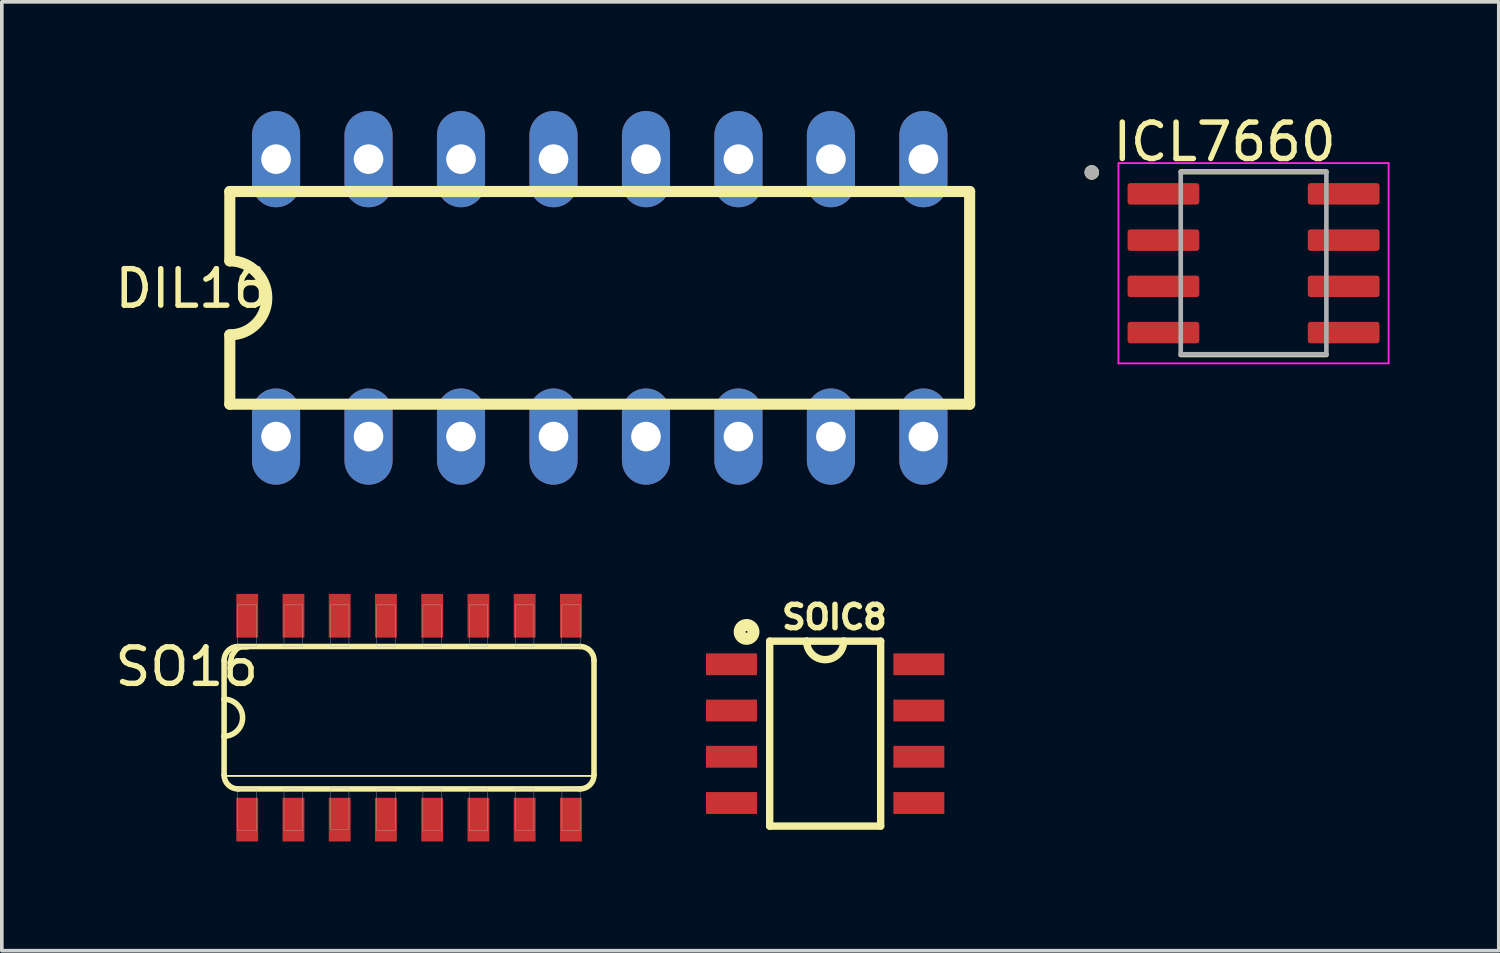
<source format=kicad_pcb>
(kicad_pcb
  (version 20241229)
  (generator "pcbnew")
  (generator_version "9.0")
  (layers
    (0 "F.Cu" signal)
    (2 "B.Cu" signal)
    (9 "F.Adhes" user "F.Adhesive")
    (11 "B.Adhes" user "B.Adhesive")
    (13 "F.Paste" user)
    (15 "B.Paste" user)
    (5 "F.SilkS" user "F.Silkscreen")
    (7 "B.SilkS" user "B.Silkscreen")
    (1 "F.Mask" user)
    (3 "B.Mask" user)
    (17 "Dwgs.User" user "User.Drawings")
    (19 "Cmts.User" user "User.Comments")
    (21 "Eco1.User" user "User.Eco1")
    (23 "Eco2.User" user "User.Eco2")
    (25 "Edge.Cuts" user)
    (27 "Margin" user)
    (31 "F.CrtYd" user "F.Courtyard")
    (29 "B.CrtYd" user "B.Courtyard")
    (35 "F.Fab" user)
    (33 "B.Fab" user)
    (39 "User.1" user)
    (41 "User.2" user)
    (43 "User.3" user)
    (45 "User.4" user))
  (footprint "SO16"
    (layer "F.Cu")
    (at 8.185 16.662)
    (property "Reference" "SO16" (at -6.105 -1.399 180) (layer "F.SilkS") (effects (font (size 1.001 1.001) (thickness 0.15))))
    (attr smd)
    (fp_line (start -5.08 -1.575) (end -5.08 -0.508) (stroke (width 0.152) (type solid)) (layer "F.SilkS"))
    (fp_line (start -5.08 -0.508) (end -5.08 0.508) (stroke (width 0.152) (type solid)) (layer "F.SilkS"))
    (fp_line (start -5.08 0.508) (end -5.08 1.575) (stroke (width 0.152) (type solid)) (layer "F.SilkS"))
    (fp_line (start -5.08 1.6) (end 5.08 1.6) (stroke (width 0.051) (type solid)) (layer "F.SilkS"))
    (fp_line (start -4.699 1.956) (end 4.699 1.956) (stroke (width 0.152) (type solid)) (layer "F.SilkS"))
    (fp_line (start 4.699 -1.956) (end -4.699 -1.956) (stroke (width 0.152) (type solid)) (layer "F.SilkS"))
    (fp_line (start 5.08 1.575) (end 5.08 -1.575) (stroke (width 0.152) (type solid)) (layer "F.SilkS"))
    (fp_arc (start -5.08 -1.5748) (mid -4.968408 -1.844208) (end -4.699 -1.9558) (stroke (width 0.1524) (type solid)) (layer "F.SilkS"))
    (fp_arc (start -5.08 -0.508) (mid -4.572 0) (end -5.08 0.508) (stroke (width 0.1524) (type solid)) (layer "F.SilkS"))
    (fp_arc (start -4.699 1.9558) (mid -4.968408 1.844208) (end -5.08 1.5748) (stroke (width 0.1524) (type solid)) (layer "F.SilkS"))
    (fp_arc (start 4.699 -1.9558) (mid 4.968408 -1.844208) (end 5.08 -1.5748) (stroke (width 0.1524) (type solid)) (layer "F.SilkS"))
    (fp_arc (start 5.08 1.5748) (mid 4.968408 1.844208) (end 4.699 1.9558) (stroke (width 0.1524) (type solid)) (layer "F.SilkS"))
    (fp_poly (pts (xy -4.707 1.956) (xy -4.191 1.956) (xy -4.191 3.104) (xy -4.707 3.104)) (stroke (width 0.01) (type solid)) (fill no) (layer "F.Fab"))
    (fp_poly (pts (xy -4.704 -3.099) (xy -4.191 -3.099) (xy -4.191 -1.958) (xy -4.704 -1.958)) (stroke (width 0.01) (type solid)) (fill no) (layer "F.Fab"))
    (fp_poly (pts (xy -3.434 -3.099) (xy -2.921 -3.099) (xy -2.921 -1.959) (xy -3.434 -1.959)) (stroke (width 0.01) (type solid)) (fill no) (layer "F.Fab"))
    (fp_poly (pts (xy -3.434 1.956) (xy -2.921 1.956) (xy -2.921 3.103) (xy -3.434 3.103)) (stroke (width 0.01) (type solid)) (fill no) (layer "F.Fab"))
    (fp_poly (pts (xy -2.16 1.93) (xy -1.651 1.93) (xy -1.651 3.075) (xy -2.16 3.075)) (stroke (width 0.01) (type solid)) (fill no) (layer "F.Fab"))
    (fp_poly (pts (xy -2.159 -3.099) (xy -1.651 -3.099) (xy -1.651 -1.956) (xy -2.159 -1.956)) (stroke (width 0.01) (type solid)) (fill no) (layer "F.Fab"))
    (fp_poly (pts (xy -0.89 -3.099) (xy -0.381 -3.099) (xy -0.381 -1.958) (xy -0.89 -1.958)) (stroke (width 0.01) (type solid)) (fill no) (layer "F.Fab"))
    (fp_poly (pts (xy -0.89 1.956) (xy -0.381 1.956) (xy -0.381 3.101) (xy -0.89 3.101)) (stroke (width 0.01) (type solid)) (fill no) (layer "F.Fab"))
    (fp_poly (pts (xy 0.381 -3.099) (xy 0.889 -3.099) (xy 0.889 -1.957) (xy 0.381 -1.957)) (stroke (width 0.01) (type solid)) (fill no) (layer "F.Fab"))
    (fp_poly (pts (xy 0.381 1.956) (xy 0.889 1.956) (xy 0.889 3.102) (xy 0.381 3.102)) (stroke (width 0.01) (type solid)) (fill no) (layer "F.Fab"))
    (fp_poly (pts (xy 1.651 -3.099) (xy 2.159 -3.099) (xy 2.159 -1.956) (xy 1.651 -1.956)) (stroke (width 0.01) (type solid)) (fill no) (layer "F.Fab"))
    (fp_poly (pts (xy 1.653 1.956) (xy 2.159 1.956) (xy 2.159 3.103) (xy 1.653 3.103)) (stroke (width 0.01) (type solid)) (fill no) (layer "F.Fab"))
    (fp_poly (pts (xy 2.922 -3.099) (xy 3.429 -3.099) (xy 3.429 -1.957) (xy 2.922 -1.957)) (stroke (width 0.01) (type solid)) (fill no) (layer "F.Fab"))
    (fp_poly (pts (xy 2.924 1.956) (xy 3.429 1.956) (xy 3.429 3.102) (xy 2.924 3.102)) (stroke (width 0.01) (type solid)) (fill no) (layer "F.Fab"))
    (fp_poly (pts (xy 4.193 -3.099) (xy 4.699 -3.099) (xy 4.699 -1.957) (xy 4.193 -1.957)) (stroke (width 0.01) (type solid)) (fill no) (layer "F.Fab"))
    (fp_poly (pts (xy 4.199 1.956) (xy 4.699 1.956) (xy 4.699 3.105) (xy 4.199 3.105)) (stroke (width 0.01) (type solid)) (fill no) (layer "F.Fab"))
    (pad "1" smd rect (at -4.445 2.8) (size 0.6 1.2) (layers "F.Cu" "F.Mask" "F.Paste"))
    (pad "2" smd rect (at -3.175 2.8) (size 0.6 1.2) (layers "F.Cu" "F.Mask" "F.Paste"))
    (pad "3" smd rect (at -1.905 2.8) (size 0.6 1.2) (layers "F.Cu" "F.Mask" "F.Paste"))
    (pad "4" smd rect (at -0.635 2.8) (size 0.6 1.2) (layers "F.Cu" "F.Mask" "F.Paste"))
    (pad "5" smd rect (at 0.635 2.8) (size 0.6 1.2) (layers "F.Cu" "F.Mask" "F.Paste"))
    (pad "6" smd rect (at 1.905 2.8) (size 0.6 1.2) (layers "F.Cu" "F.Mask" "F.Paste"))
    (pad "7" smd rect (at 3.175 2.8) (size 0.6 1.2) (layers "F.Cu" "F.Mask" "F.Paste"))
    (pad "8" smd rect (at 4.445 2.8) (size 0.6 1.2) (layers "F.Cu" "F.Mask" "F.Paste"))
    (pad "9" smd rect (at 4.445 -2.8) (size 0.6 1.2) (layers "F.Cu" "F.Mask" "F.Paste"))
    (pad "10" smd rect (at 3.175 -2.8) (size 0.6 1.2) (layers "F.Cu" "F.Mask" "F.Paste"))
    (pad "11" smd rect (at 1.905 -2.8) (size 0.6 1.2) (layers "F.Cu" "F.Mask" "F.Paste"))
    (pad "12" smd rect (at 0.635 -2.8) (size 0.6 1.2) (layers "F.Cu" "F.Mask" "F.Paste"))
    (pad "13" smd rect (at -0.635 -2.8) (size 0.6 1.2) (layers "F.Cu" "F.Mask" "F.Paste"))
    (pad "14" smd rect (at -1.905 -2.8) (size 0.6 1.2) (layers "F.Cu" "F.Mask" "F.Paste"))
    (pad "15" smd rect (at -3.175 -2.8) (size 0.6 1.2) (layers "F.Cu" "F.Mask" "F.Paste"))
    (pad "16" smd rect (at -4.445 -2.8) (size 0.6 1.2) (layers "F.Cu" "F.Mask" "F.Paste")))
  (footprint "DIL16"
    (layer "F.Cu")
    (at 13.422 5.131)
    (property "Reference" "DIL16" (at -11.198 -0.255 180) (layer "F.SilkS") (effects (font (size 1.002 1.002) (thickness 0.15))))
    (attr through_hole)
    (fp_line (start -10.16 -2.921) (end -10.16 -1.016) (stroke (width 0.305) (type solid)) (layer "F.SilkS"))
    (fp_line (start -10.16 2.921) (end -10.16 1.016) (stroke (width 0.305) (type solid)) (layer "F.SilkS"))
    (fp_line (start -10.16 2.921) (end 10.16 2.921) (stroke (width 0.305) (type solid)) (layer "F.SilkS"))
    (fp_line (start 10.16 -2.921) (end -10.16 -2.921) (stroke (width 0.305) (type solid)) (layer "F.SilkS"))
    (fp_line (start 10.16 -2.921) (end 10.16 2.921) (stroke (width 0.305) (type solid)) (layer "F.SilkS"))
    (fp_arc (start -10.16 -1.016) (mid -9.144 0) (end -10.16 1.016) (stroke (width 0.3048) (type solid)) (layer "F.SilkS"))
    (pad "1" thru_hole oval (at -8.89 3.81) (size 1.321 2.642) (drill 0.813) (layers "*.Cu" "*.Mask"))
    (pad "2" thru_hole oval (at -6.35 3.81) (size 1.321 2.642) (drill 0.813) (layers "*.Cu" "*.Mask"))
    (pad "3" thru_hole oval (at -3.81 3.81) (size 1.321 2.642) (drill 0.813) (layers "*.Cu" "*.Mask"))
    (pad "4" thru_hole oval (at -1.27 3.81) (size 1.321 2.642) (drill 0.813) (layers "*.Cu" "*.Mask"))
    (pad "5" thru_hole oval (at 1.27 3.81) (size 1.321 2.642) (drill 0.813) (layers "*.Cu" "*.Mask"))
    (pad "6" thru_hole oval (at 3.81 3.81) (size 1.321 2.642) (drill 0.813) (layers "*.Cu" "*.Mask"))
    (pad "7" thru_hole oval (at 6.35 3.81) (size 1.321 2.642) (drill 0.813) (layers "*.Cu" "*.Mask"))
    (pad "8" thru_hole oval (at 8.89 3.81) (size 1.321 2.642) (drill 0.813) (layers "*.Cu" "*.Mask"))
    (pad "9" thru_hole oval (at 8.89 -3.81) (size 1.321 2.642) (drill 0.813) (layers "*.Cu" "*.Mask"))
    (pad "10" thru_hole oval (at 6.35 -3.81) (size 1.321 2.642) (drill 0.813) (layers "*.Cu" "*.Mask"))
    (pad "11" thru_hole oval (at 3.81 -3.81) (size 1.321 2.642) (drill 0.813) (layers "*.Cu" "*.Mask"))
    (pad "12" thru_hole oval (at 1.27 -3.81) (size 1.321 2.642) (drill 0.813) (layers "*.Cu" "*.Mask"))
    (pad "13" thru_hole oval (at -1.27 -3.81) (size 1.321 2.642) (drill 0.813) (layers "*.Cu" "*.Mask"))
    (pad "14" thru_hole oval (at -3.81 -3.81) (size 1.321 2.642) (drill 0.813) (layers "*.Cu" "*.Mask"))
    (pad "15" thru_hole oval (at -6.35 -3.81) (size 1.321 2.642) (drill 0.813) (layers "*.Cu" "*.Mask"))
    (pad "16" thru_hole oval (at -8.89 -3.81) (size 1.321 2.642) (drill 0.813) (layers "*.Cu" "*.Mask")))
  (footprint "SOIC8"
    (layer "F.Cu")
    (at 19.614 17.1)
    (property "Reference" "SOIC8" (at 0.254 -3.2 0) (layer "F.SilkS") (effects (font (size 0.64 0.64) (thickness 0.15))))
    (attr smd)
    (fp_line (start -1.524 -2.54) (end -1.524 2.54) (stroke (width 0.203) (type solid)) (layer "F.SilkS"))
    (fp_line (start -1.524 2.54) (end 1.524 2.54) (stroke (width 0.203) (type solid)) (layer "F.SilkS"))
    (fp_line (start -0.508 -2.54) (end -1.524 -2.54) (stroke (width 0.203) (type solid)) (layer "F.SilkS"))
    (fp_line (start 0.508 -2.54) (end -0.508 -2.54) (stroke (width 0.203) (type solid)) (layer "F.SilkS"))
    (fp_line (start 1.524 -2.54) (end 0.508 -2.54) (stroke (width 0.203) (type solid)) (layer "F.SilkS"))
    (fp_line (start 1.524 2.54) (end 1.524 -2.54) (stroke (width 0.203) (type solid)) (layer "F.SilkS"))
    (fp_arc (start 0.508 -2.54) (mid 0 -2.032) (end -0.508 -2.54) (stroke (width 0.2032) (type solid)) (layer "F.SilkS"))
    (fp_circle (center -2.159 -2.794) (end -2.032 -2.794) (stroke (width 0.203) (type solid)) (fill no) (layer "F.SilkS"))
    (fp_circle (center -2.159 -2.794) (end -1.905 -2.794) (stroke (width 0.203) (type solid)) (fill no) (layer "F.SilkS"))
    (pad "1" smd rect (at -2.573 -1.905) (size 1.4 0.6) (layers "F.Cu" "F.Mask" "F.Paste"))
    (pad "2" smd rect (at -2.573 -0.635) (size 1.4 0.6) (layers "F.Cu" "F.Mask" "F.Paste"))
    (pad "3" smd rect (at -2.573 0.635) (size 1.4 0.6) (layers "F.Cu" "F.Mask" "F.Paste"))
    (pad "4" smd rect (at -2.573 1.905) (size 1.4 0.6) (layers "F.Cu" "F.Mask" "F.Paste"))
    (pad "5" smd rect (at 2.573 1.905) (size 1.4 0.6) (layers "F.Cu" "F.Mask" "F.Paste"))
    (pad "6" smd rect (at 2.573 0.635) (size 1.4 0.6) (layers "F.Cu" "F.Mask" "F.Paste"))
    (pad "7" smd rect (at 2.573 -0.635) (size 1.4 0.6) (layers "F.Cu" "F.Mask" "F.Paste"))
    (pad "8" smd rect (at 2.573 -1.905) (size 1.4 0.6) (layers "F.Cu" "F.Mask" "F.Paste")))
  (footprint "ICL7660"
    (layer "F.Cu")
    (at 31.38 4.18)
    (property "Reference" "ICL7660" (at -0.795 -3.332 0) (layer "F.SilkS") (effects (font (size 1 1) (thickness 0.15))))
    (attr smd)
    (fp_line (start -2 -2.52) (end 2 -2.52) (stroke (width 0.127) (type solid)) (layer "F.SilkS"))
    (fp_line (start -2 2.52) (end 2 2.52) (stroke (width 0.127) (type solid)) (layer "F.SilkS"))
    (fp_circle (center -4.445 -2.495) (end -4.345 -2.495) (stroke (width 0.2) (type solid)) (fill no) (layer "F.SilkS"))
    (fp_line (start -3.71 -2.75) (end -3.71 2.75) (stroke (width 0.05) (type solid)) (layer "F.CrtYd"))
    (fp_line (start -3.71 -2.75) (end 3.71 -2.75) (stroke (width 0.05) (type solid)) (layer "F.CrtYd"))
    (fp_line (start -3.71 2.75) (end 3.71 2.75) (stroke (width 0.05) (type solid)) (layer "F.CrtYd"))
    (fp_line (start 3.71 -2.75) (end 3.71 2.75) (stroke (width 0.05) (type solid)) (layer "F.CrtYd"))
    (fp_line (start -2 -2.5) (end -2 2.5) (stroke (width 0.127) (type solid)) (layer "F.Fab"))
    (fp_line (start -2 -2.5) (end 2 -2.5) (stroke (width 0.127) (type solid)) (layer "F.Fab"))
    (fp_line (start -2 2.5) (end 2 2.5) (stroke (width 0.127) (type solid)) (layer "F.Fab"))
    (fp_line (start 2 -2.5) (end 2 2.5) (stroke (width 0.127) (type solid)) (layer "F.Fab"))
    (fp_circle (center -4.445 -2.495) (end -4.345 -2.495) (stroke (width 0.2) (type solid)) (fill no) (layer "F.Fab"))
    (pad "1" smd roundrect (at -2.475 -1.905) (size 1.97 0.59) (layers "F.Cu" "F.Mask" "F.Paste") (roundrect_rratio 0.125))
    (pad "2" smd roundrect (at -2.475 -0.635) (size 1.97 0.59) (layers "F.Cu" "F.Mask" "F.Paste") (roundrect_rratio 0.125))
    (pad "3" smd roundrect (at -2.475 0.635) (size 1.97 0.59) (layers "F.Cu" "F.Mask" "F.Paste") (roundrect_rratio 0.125))
    (pad "4" smd roundrect (at -2.475 1.905) (size 1.97 0.59) (layers "F.Cu" "F.Mask" "F.Paste") (roundrect_rratio 0.125))
    (pad "5" smd roundrect (at 2.475 1.905) (size 1.97 0.59) (layers "F.Cu" "F.Mask" "F.Paste") (roundrect_rratio 0.125))
    (pad "6" smd roundrect (at 2.475 0.635) (size 1.97 0.59) (layers "F.Cu" "F.Mask" "F.Paste") (roundrect_rratio 0.125))
    (pad "7" smd roundrect (at 2.475 -0.635) (size 1.97 0.59) (layers "F.Cu" "F.Mask" "F.Paste") (roundrect_rratio 0.125))
    (pad "8" smd roundrect (at 2.475 -1.905) (size 1.97 0.59) (layers "F.Cu" "F.Mask" "F.Paste") (roundrect_rratio 0.125)))
  (gr_rect
    (start -3 -3)
    (end 38.115 23.062)
    (stroke (width 0.1) (type default))
    (fill no)
    (layer "Edge.Cuts")))
</source>
